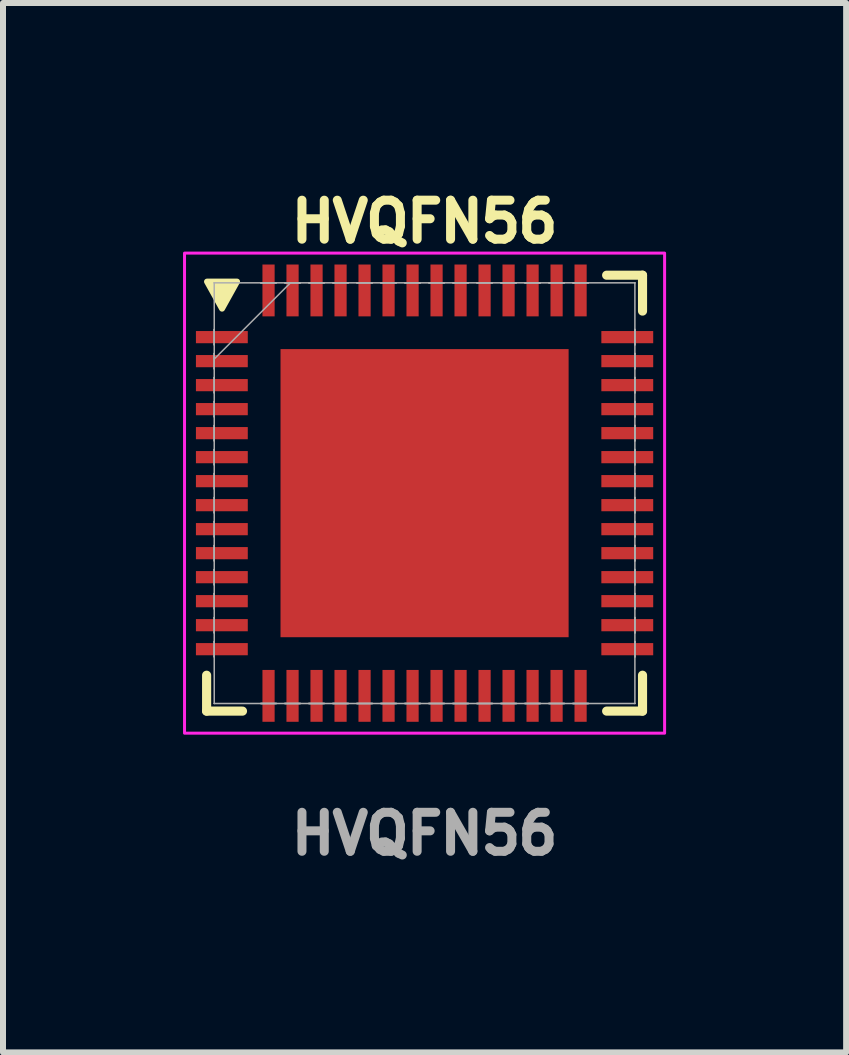
<source format=kicad_pcb>
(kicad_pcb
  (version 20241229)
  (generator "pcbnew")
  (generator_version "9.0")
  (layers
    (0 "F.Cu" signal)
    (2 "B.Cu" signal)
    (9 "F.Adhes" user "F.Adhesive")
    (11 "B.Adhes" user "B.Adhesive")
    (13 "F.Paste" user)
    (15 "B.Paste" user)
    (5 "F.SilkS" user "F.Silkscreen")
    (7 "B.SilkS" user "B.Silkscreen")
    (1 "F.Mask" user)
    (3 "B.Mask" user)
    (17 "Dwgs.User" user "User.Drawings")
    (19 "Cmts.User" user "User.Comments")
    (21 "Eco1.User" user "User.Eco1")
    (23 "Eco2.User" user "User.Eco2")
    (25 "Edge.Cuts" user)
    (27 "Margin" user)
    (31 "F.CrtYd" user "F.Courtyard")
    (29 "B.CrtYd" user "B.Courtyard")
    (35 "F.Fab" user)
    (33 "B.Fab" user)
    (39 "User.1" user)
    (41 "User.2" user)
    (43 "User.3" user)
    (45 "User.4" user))
  (footprint "HVQFN56"
    (layer "F.Cu")
    (at 4.025 5.168)
    (property "Reference" "HVQFN56" (at 0 -4.525 0) (unlocked yes) (layer "F.SilkS") (effects (font (size 0.65 0.65) (thickness 0.15))))
    (attr smd)
    (fp_line (start -3.632 3.034) (end -3.632 3.632) (stroke (width 0.152) (type solid)) (layer "F.SilkS"))
    (fp_line (start -3.632 3.632) (end -3.034 3.632) (stroke (width 0.152) (type solid)) (layer "F.SilkS"))
    (fp_line (start 3.034 3.632) (end 3.632 3.632) (stroke (width 0.152) (type solid)) (layer "F.SilkS"))
    (fp_line (start 3.632 -3.632) (end 3.034 -3.632) (stroke (width 0.152) (type solid)) (layer "F.SilkS"))
    (fp_line (start 3.632 -3.034) (end 3.632 -3.632) (stroke (width 0.152) (type solid)) (layer "F.SilkS"))
    (fp_line (start 3.632 3.632) (end 3.632 3.034) (stroke (width 0.152) (type solid)) (layer "F.SilkS"))
    (fp_poly (pts (xy -3.375 -3.075) (xy -3.625 -3.525) (xy -3.125 -3.525)) (stroke (width 0.1) (type solid)) (fill yes) (layer "F.SilkS"))
    (fp_poly (pts (xy -2.3 -2.3) (xy -2.3 -0.9) (xy -0.9 -0.9) (xy -0.9 -2.3)) (stroke (width 0) (type solid)) (fill yes) (layer "F.Paste"))
    (fp_poly (pts (xy -2.3 -0.7) (xy -2.3 0.7) (xy -0.9 0.7) (xy -0.9 -0.7)) (stroke (width 0) (type solid)) (fill yes) (layer "F.Paste"))
    (fp_poly (pts (xy -2.3 0.9) (xy -2.3 2.3) (xy -0.9 2.3) (xy -0.9 0.9)) (stroke (width 0) (type solid)) (fill yes) (layer "F.Paste"))
    (fp_poly (pts (xy -0.7 -2.3) (xy -0.7 -0.9) (xy 0.7 -0.9) (xy 0.7 -2.3)) (stroke (width 0) (type solid)) (fill yes) (layer "F.Paste"))
    (fp_poly (pts (xy -0.7 -0.7) (xy -0.7 0.7) (xy 0.7 0.7) (xy 0.7 -0.7)) (stroke (width 0) (type solid)) (fill yes) (layer "F.Paste"))
    (fp_poly (pts (xy -0.7 0.9) (xy -0.7 2.3) (xy 0.7 2.3) (xy 0.7 0.9)) (stroke (width 0) (type solid)) (fill yes) (layer "F.Paste"))
    (fp_poly (pts (xy 0.9 -2.3) (xy 0.9 -0.9) (xy 2.3 -0.9) (xy 2.3 -2.3)) (stroke (width 0) (type solid)) (fill yes) (layer "F.Paste"))
    (fp_poly (pts (xy 0.9 -0.7) (xy 0.9 0.7) (xy 2.3 0.7) (xy 2.3 -0.7)) (stroke (width 0) (type solid)) (fill yes) (layer "F.Paste"))
    (fp_poly (pts (xy 0.9 0.9) (xy 0.9 2.3) (xy 2.3 2.3) (xy 2.3 0.9)) (stroke (width 0) (type solid)) (fill yes) (layer "F.Paste"))
    (fp_rect (start -4 -4) (end 4 4) (stroke (width 0.05) (type default)) (fill no) (layer "F.CrtYd"))
    (fp_line (start -3.505 -3.505) (end -3.505 -3.505) (stroke (width 0.025) (type solid)) (layer "F.Fab"))
    (fp_line (start -3.505 -3.505) (end -3.505 3.505) (stroke (width 0.025) (type solid)) (layer "F.Fab"))
    (fp_line (start -3.505 -2.727) (end -3.505 -2.727) (stroke (width 0.025) (type solid)) (layer "F.Fab"))
    (fp_line (start -3.505 -2.727) (end -3.505 -2.473) (stroke (width 0.025) (type solid)) (layer "F.Fab"))
    (fp_line (start -3.505 -2.473) (end -3.505 -2.727) (stroke (width 0.025) (type solid)) (layer "F.Fab"))
    (fp_line (start -3.505 -2.473) (end -3.505 -2.473) (stroke (width 0.025) (type solid)) (layer "F.Fab"))
    (fp_line (start -3.505 -2.327) (end -3.505 -2.327) (stroke (width 0.025) (type solid)) (layer "F.Fab"))
    (fp_line (start -3.505 -2.327) (end -3.505 -2.073) (stroke (width 0.025) (type solid)) (layer "F.Fab"))
    (fp_line (start -3.505 -2.235) (end -2.235 -3.505) (stroke (width 0.025) (type solid)) (layer "F.Fab"))
    (fp_line (start -3.505 -2.073) (end -3.505 -2.327) (stroke (width 0.025) (type solid)) (layer "F.Fab"))
    (fp_line (start -3.505 -2.073) (end -3.505 -2.073) (stroke (width 0.025) (type solid)) (layer "F.Fab"))
    (fp_line (start -3.505 -1.927) (end -3.505 -1.927) (stroke (width 0.025) (type solid)) (layer "F.Fab"))
    (fp_line (start -3.505 -1.927) (end -3.505 -1.673) (stroke (width 0.025) (type solid)) (layer "F.Fab"))
    (fp_line (start -3.505 -1.673) (end -3.505 -1.927) (stroke (width 0.025) (type solid)) (layer "F.Fab"))
    (fp_line (start -3.505 -1.673) (end -3.505 -1.673) (stroke (width 0.025) (type solid)) (layer "F.Fab"))
    (fp_line (start -3.505 -1.527) (end -3.505 -1.527) (stroke (width 0.025) (type solid)) (layer "F.Fab"))
    (fp_line (start -3.505 -1.527) (end -3.505 -1.273) (stroke (width 0.025) (type solid)) (layer "F.Fab"))
    (fp_line (start -3.505 -1.273) (end -3.505 -1.527) (stroke (width 0.025) (type solid)) (layer "F.Fab"))
    (fp_line (start -3.505 -1.273) (end -3.505 -1.273) (stroke (width 0.025) (type solid)) (layer "F.Fab"))
    (fp_line (start -3.505 -1.127) (end -3.505 -1.127) (stroke (width 0.025) (type solid)) (layer "F.Fab"))
    (fp_line (start -3.505 -1.127) (end -3.505 -0.873) (stroke (width 0.025) (type solid)) (layer "F.Fab"))
    (fp_line (start -3.505 -0.873) (end -3.505 -1.127) (stroke (width 0.025) (type solid)) (layer "F.Fab"))
    (fp_line (start -3.505 -0.873) (end -3.505 -0.873) (stroke (width 0.025) (type solid)) (layer "F.Fab"))
    (fp_line (start -3.505 -0.727) (end -3.505 -0.727) (stroke (width 0.025) (type solid)) (layer "F.Fab"))
    (fp_line (start -3.505 -0.727) (end -3.505 -0.473) (stroke (width 0.025) (type solid)) (layer "F.Fab"))
    (fp_line (start -3.505 -0.473) (end -3.505 -0.727) (stroke (width 0.025) (type solid)) (layer "F.Fab"))
    (fp_line (start -3.505 -0.473) (end -3.505 -0.473) (stroke (width 0.025) (type solid)) (layer "F.Fab"))
    (fp_line (start -3.505 -0.327) (end -3.505 -0.327) (stroke (width 0.025) (type solid)) (layer "F.Fab"))
    (fp_line (start -3.505 -0.327) (end -3.505 -0.073) (stroke (width 0.025) (type solid)) (layer "F.Fab"))
    (fp_line (start -3.505 -0.073) (end -3.505 -0.327) (stroke (width 0.025) (type solid)) (layer "F.Fab"))
    (fp_line (start -3.505 -0.073) (end -3.505 -0.073) (stroke (width 0.025) (type solid)) (layer "F.Fab"))
    (fp_line (start -3.505 0.073) (end -3.505 0.073) (stroke (width 0.025) (type solid)) (layer "F.Fab"))
    (fp_line (start -3.505 0.073) (end -3.505 0.327) (stroke (width 0.025) (type solid)) (layer "F.Fab"))
    (fp_line (start -3.505 0.327) (end -3.505 0.073) (stroke (width 0.025) (type solid)) (layer "F.Fab"))
    (fp_line (start -3.505 0.327) (end -3.505 0.327) (stroke (width 0.025) (type solid)) (layer "F.Fab"))
    (fp_line (start -3.505 0.473) (end -3.505 0.473) (stroke (width 0.025) (type solid)) (layer "F.Fab"))
    (fp_line (start -3.505 0.473) (end -3.505 0.727) (stroke (width 0.025) (type solid)) (layer "F.Fab"))
    (fp_line (start -3.505 0.727) (end -3.505 0.473) (stroke (width 0.025) (type solid)) (layer "F.Fab"))
    (fp_line (start -3.505 0.727) (end -3.505 0.727) (stroke (width 0.025) (type solid)) (layer "F.Fab"))
    (fp_line (start -3.505 0.873) (end -3.505 0.873) (stroke (width 0.025) (type solid)) (layer "F.Fab"))
    (fp_line (start -3.505 0.873) (end -3.505 1.127) (stroke (width 0.025) (type solid)) (layer "F.Fab"))
    (fp_line (start -3.505 1.127) (end -3.505 0.873) (stroke (width 0.025) (type solid)) (layer "F.Fab"))
    (fp_line (start -3.505 1.127) (end -3.505 1.127) (stroke (width 0.025) (type solid)) (layer "F.Fab"))
    (fp_line (start -3.505 1.273) (end -3.505 1.273) (stroke (width 0.025) (type solid)) (layer "F.Fab"))
    (fp_line (start -3.505 1.273) (end -3.505 1.527) (stroke (width 0.025) (type solid)) (layer "F.Fab"))
    (fp_line (start -3.505 1.527) (end -3.505 1.273) (stroke (width 0.025) (type solid)) (layer "F.Fab"))
    (fp_line (start -3.505 1.527) (end -3.505 1.527) (stroke (width 0.025) (type solid)) (layer "F.Fab"))
    (fp_line (start -3.505 1.673) (end -3.505 1.673) (stroke (width 0.025) (type solid)) (layer "F.Fab"))
    (fp_line (start -3.505 1.673) (end -3.505 1.927) (stroke (width 0.025) (type solid)) (layer "F.Fab"))
    (fp_line (start -3.505 1.927) (end -3.505 1.673) (stroke (width 0.025) (type solid)) (layer "F.Fab"))
    (fp_line (start -3.505 1.927) (end -3.505 1.927) (stroke (width 0.025) (type solid)) (layer "F.Fab"))
    (fp_line (start -3.505 2.073) (end -3.505 2.073) (stroke (width 0.025) (type solid)) (layer "F.Fab"))
    (fp_line (start -3.505 2.073) (end -3.505 2.327) (stroke (width 0.025) (type solid)) (layer "F.Fab"))
    (fp_line (start -3.505 2.327) (end -3.505 2.073) (stroke (width 0.025) (type solid)) (layer "F.Fab"))
    (fp_line (start -3.505 2.327) (end -3.505 2.327) (stroke (width 0.025) (type solid)) (layer "F.Fab"))
    (fp_line (start -3.505 2.473) (end -3.505 2.473) (stroke (width 0.025) (type solid)) (layer "F.Fab"))
    (fp_line (start -3.505 2.473) (end -3.505 2.727) (stroke (width 0.025) (type solid)) (layer "F.Fab"))
    (fp_line (start -3.505 2.727) (end -3.505 2.473) (stroke (width 0.025) (type solid)) (layer "F.Fab"))
    (fp_line (start -3.505 2.727) (end -3.505 2.727) (stroke (width 0.025) (type solid)) (layer "F.Fab"))
    (fp_line (start -3.505 3.505) (end -3.505 3.505) (stroke (width 0.025) (type solid)) (layer "F.Fab"))
    (fp_line (start -3.505 3.505) (end 3.505 3.505) (stroke (width 0.025) (type solid)) (layer "F.Fab"))
    (fp_line (start -2.727 -3.505) (end -2.727 -3.505) (stroke (width 0.025) (type solid)) (layer "F.Fab"))
    (fp_line (start -2.727 -3.505) (end -2.473 -3.505) (stroke (width 0.025) (type solid)) (layer "F.Fab"))
    (fp_line (start -2.727 3.505) (end -2.727 3.505) (stroke (width 0.025) (type solid)) (layer "F.Fab"))
    (fp_line (start -2.727 3.505) (end -2.473 3.505) (stroke (width 0.025) (type solid)) (layer "F.Fab"))
    (fp_line (start -2.473 -3.505) (end -2.727 -3.505) (stroke (width 0.025) (type solid)) (layer "F.Fab"))
    (fp_line (start -2.473 -3.505) (end -2.473 -3.505) (stroke (width 0.025) (type solid)) (layer "F.Fab"))
    (fp_line (start -2.473 3.505) (end -2.727 3.505) (stroke (width 0.025) (type solid)) (layer "F.Fab"))
    (fp_line (start -2.473 3.505) (end -2.473 3.505) (stroke (width 0.025) (type solid)) (layer "F.Fab"))
    (fp_line (start -2.327 -3.505) (end -2.327 -3.505) (stroke (width 0.025) (type solid)) (layer "F.Fab"))
    (fp_line (start -2.327 -3.505) (end -2.073 -3.505) (stroke (width 0.025) (type solid)) (layer "F.Fab"))
    (fp_line (start -2.327 3.505) (end -2.327 3.505) (stroke (width 0.025) (type solid)) (layer "F.Fab"))
    (fp_line (start -2.327 3.505) (end -2.073 3.505) (stroke (width 0.025) (type solid)) (layer "F.Fab"))
    (fp_line (start -2.073 -3.505) (end -2.327 -3.505) (stroke (width 0.025) (type solid)) (layer "F.Fab"))
    (fp_line (start -2.073 -3.505) (end -2.073 -3.505) (stroke (width 0.025) (type solid)) (layer "F.Fab"))
    (fp_line (start -2.073 3.505) (end -2.327 3.505) (stroke (width 0.025) (type solid)) (layer "F.Fab"))
    (fp_line (start -2.073 3.505) (end -2.073 3.505) (stroke (width 0.025) (type solid)) (layer "F.Fab"))
    (fp_line (start -1.927 -3.505) (end -1.927 -3.505) (stroke (width 0.025) (type solid)) (layer "F.Fab"))
    (fp_line (start -1.927 -3.505) (end -1.673 -3.505) (stroke (width 0.025) (type solid)) (layer "F.Fab"))
    (fp_line (start -1.927 3.505) (end -1.927 3.505) (stroke (width 0.025) (type solid)) (layer "F.Fab"))
    (fp_line (start -1.927 3.505) (end -1.673 3.505) (stroke (width 0.025) (type solid)) (layer "F.Fab"))
    (fp_line (start -1.673 -3.505) (end -1.927 -3.505) (stroke (width 0.025) (type solid)) (layer "F.Fab"))
    (fp_line (start -1.673 -3.505) (end -1.673 -3.505) (stroke (width 0.025) (type solid)) (layer "F.Fab"))
    (fp_line (start -1.673 3.505) (end -1.927 3.505) (stroke (width 0.025) (type solid)) (layer "F.Fab"))
    (fp_line (start -1.673 3.505) (end -1.673 3.505) (stroke (width 0.025) (type solid)) (layer "F.Fab"))
    (fp_line (start -1.527 -3.505) (end -1.527 -3.505) (stroke (width 0.025) (type solid)) (layer "F.Fab"))
    (fp_line (start -1.527 -3.505) (end -1.273 -3.505) (stroke (width 0.025) (type solid)) (layer "F.Fab"))
    (fp_line (start -1.527 3.505) (end -1.527 3.505) (stroke (width 0.025) (type solid)) (layer "F.Fab"))
    (fp_line (start -1.527 3.505) (end -1.273 3.505) (stroke (width 0.025) (type solid)) (layer "F.Fab"))
    (fp_line (start -1.273 -3.505) (end -1.527 -3.505) (stroke (width 0.025) (type solid)) (layer "F.Fab"))
    (fp_line (start -1.273 -3.505) (end -1.273 -3.505) (stroke (width 0.025) (type solid)) (layer "F.Fab"))
    (fp_line (start -1.273 3.505) (end -1.527 3.505) (stroke (width 0.025) (type solid)) (layer "F.Fab"))
    (fp_line (start -1.273 3.505) (end -1.273 3.505) (stroke (width 0.025) (type solid)) (layer "F.Fab"))
    (fp_line (start -1.127 -3.505) (end -1.127 -3.505) (stroke (width 0.025) (type solid)) (layer "F.Fab"))
    (fp_line (start -1.127 -3.505) (end -0.873 -3.505) (stroke (width 0.025) (type solid)) (layer "F.Fab"))
    (fp_line (start -1.127 3.505) (end -1.127 3.505) (stroke (width 0.025) (type solid)) (layer "F.Fab"))
    (fp_line (start -1.127 3.505) (end -0.873 3.505) (stroke (width 0.025) (type solid)) (layer "F.Fab"))
    (fp_line (start -0.873 -3.505) (end -1.127 -3.505) (stroke (width 0.025) (type solid)) (layer "F.Fab"))
    (fp_line (start -0.873 -3.505) (end -0.873 -3.505) (stroke (width 0.025) (type solid)) (layer "F.Fab"))
    (fp_line (start -0.873 3.505) (end -1.127 3.505) (stroke (width 0.025) (type solid)) (layer "F.Fab"))
    (fp_line (start -0.873 3.505) (end -0.873 3.505) (stroke (width 0.025) (type solid)) (layer "F.Fab"))
    (fp_line (start -0.727 -3.505) (end -0.727 -3.505) (stroke (width 0.025) (type solid)) (layer "F.Fab"))
    (fp_line (start -0.727 -3.505) (end -0.473 -3.505) (stroke (width 0.025) (type solid)) (layer "F.Fab"))
    (fp_line (start -0.727 3.505) (end -0.727 3.505) (stroke (width 0.025) (type solid)) (layer "F.Fab"))
    (fp_line (start -0.727 3.505) (end -0.473 3.505) (stroke (width 0.025) (type solid)) (layer "F.Fab"))
    (fp_line (start -0.473 -3.505) (end -0.727 -3.505) (stroke (width 0.025) (type solid)) (layer "F.Fab"))
    (fp_line (start -0.473 -3.505) (end -0.473 -3.505) (stroke (width 0.025) (type solid)) (layer "F.Fab"))
    (fp_line (start -0.473 3.505) (end -0.727 3.505) (stroke (width 0.025) (type solid)) (layer "F.Fab"))
    (fp_line (start -0.473 3.505) (end -0.473 3.505) (stroke (width 0.025) (type solid)) (layer "F.Fab"))
    (fp_line (start -0.327 -3.505) (end -0.327 -3.505) (stroke (width 0.025) (type solid)) (layer "F.Fab"))
    (fp_line (start -0.327 -3.505) (end -0.073 -3.505) (stroke (width 0.025) (type solid)) (layer "F.Fab"))
    (fp_line (start -0.327 3.505) (end -0.327 3.505) (stroke (width 0.025) (type solid)) (layer "F.Fab"))
    (fp_line (start -0.327 3.505) (end -0.073 3.505) (stroke (width 0.025) (type solid)) (layer "F.Fab"))
    (fp_line (start -0.073 -3.505) (end -0.327 -3.505) (stroke (width 0.025) (type solid)) (layer "F.Fab"))
    (fp_line (start -0.073 -3.505) (end -0.073 -3.505) (stroke (width 0.025) (type solid)) (layer "F.Fab"))
    (fp_line (start -0.073 3.505) (end -0.327 3.505) (stroke (width 0.025) (type solid)) (layer "F.Fab"))
    (fp_line (start -0.073 3.505) (end -0.073 3.505) (stroke (width 0.025) (type solid)) (layer "F.Fab"))
    (fp_line (start 0.073 -3.505) (end 0.073 -3.505) (stroke (width 0.025) (type solid)) (layer "F.Fab"))
    (fp_line (start 0.073 -3.505) (end 0.327 -3.505) (stroke (width 0.025) (type solid)) (layer "F.Fab"))
    (fp_line (start 0.073 3.505) (end 0.073 3.505) (stroke (width 0.025) (type solid)) (layer "F.Fab"))
    (fp_line (start 0.073 3.505) (end 0.327 3.505) (stroke (width 0.025) (type solid)) (layer "F.Fab"))
    (fp_line (start 0.327 -3.505) (end 0.073 -3.505) (stroke (width 0.025) (type solid)) (layer "F.Fab"))
    (fp_line (start 0.327 -3.505) (end 0.327 -3.505) (stroke (width 0.025) (type solid)) (layer "F.Fab"))
    (fp_line (start 0.327 3.505) (end 0.073 3.505) (stroke (width 0.025) (type solid)) (layer "F.Fab"))
    (fp_line (start 0.327 3.505) (end 0.327 3.505) (stroke (width 0.025) (type solid)) (layer "F.Fab"))
    (fp_line (start 0.473 -3.505) (end 0.473 -3.505) (stroke (width 0.025) (type solid)) (layer "F.Fab"))
    (fp_line (start 0.473 -3.505) (end 0.727 -3.505) (stroke (width 0.025) (type solid)) (layer "F.Fab"))
    (fp_line (start 0.473 3.505) (end 0.473 3.505) (stroke (width 0.025) (type solid)) (layer "F.Fab"))
    (fp_line (start 0.473 3.505) (end 0.727 3.505) (stroke (width 0.025) (type solid)) (layer "F.Fab"))
    (fp_line (start 0.727 -3.505) (end 0.473 -3.505) (stroke (width 0.025) (type solid)) (layer "F.Fab"))
    (fp_line (start 0.727 -3.505) (end 0.727 -3.505) (stroke (width 0.025) (type solid)) (layer "F.Fab"))
    (fp_line (start 0.727 3.505) (end 0.473 3.505) (stroke (width 0.025) (type solid)) (layer "F.Fab"))
    (fp_line (start 0.727 3.505) (end 0.727 3.505) (stroke (width 0.025) (type solid)) (layer "F.Fab"))
    (fp_line (start 0.873 -3.505) (end 0.873 -3.505) (stroke (width 0.025) (type solid)) (layer "F.Fab"))
    (fp_line (start 0.873 -3.505) (end 1.127 -3.505) (stroke (width 0.025) (type solid)) (layer "F.Fab"))
    (fp_line (start 0.873 3.505) (end 0.873 3.505) (stroke (width 0.025) (type solid)) (layer "F.Fab"))
    (fp_line (start 0.873 3.505) (end 1.127 3.505) (stroke (width 0.025) (type solid)) (layer "F.Fab"))
    (fp_line (start 1.127 -3.505) (end 0.873 -3.505) (stroke (width 0.025) (type solid)) (layer "F.Fab"))
    (fp_line (start 1.127 -3.505) (end 1.127 -3.505) (stroke (width 0.025) (type solid)) (layer "F.Fab"))
    (fp_line (start 1.127 3.505) (end 0.873 3.505) (stroke (width 0.025) (type solid)) (layer "F.Fab"))
    (fp_line (start 1.127 3.505) (end 1.127 3.505) (stroke (width 0.025) (type solid)) (layer "F.Fab"))
    (fp_line (start 1.273 -3.505) (end 1.273 -3.505) (stroke (width 0.025) (type solid)) (layer "F.Fab"))
    (fp_line (start 1.273 -3.505) (end 1.527 -3.505) (stroke (width 0.025) (type solid)) (layer "F.Fab"))
    (fp_line (start 1.273 3.505) (end 1.273 3.505) (stroke (width 0.025) (type solid)) (layer "F.Fab"))
    (fp_line (start 1.273 3.505) (end 1.527 3.505) (stroke (width 0.025) (type solid)) (layer "F.Fab"))
    (fp_line (start 1.527 -3.505) (end 1.273 -3.505) (stroke (width 0.025) (type solid)) (layer "F.Fab"))
    (fp_line (start 1.527 -3.505) (end 1.527 -3.505) (stroke (width 0.025) (type solid)) (layer "F.Fab"))
    (fp_line (start 1.527 3.505) (end 1.273 3.505) (stroke (width 0.025) (type solid)) (layer "F.Fab"))
    (fp_line (start 1.527 3.505) (end 1.527 3.505) (stroke (width 0.025) (type solid)) (layer "F.Fab"))
    (fp_line (start 1.673 -3.505) (end 1.673 -3.505) (stroke (width 0.025) (type solid)) (layer "F.Fab"))
    (fp_line (start 1.673 -3.505) (end 1.927 -3.505) (stroke (width 0.025) (type solid)) (layer "F.Fab"))
    (fp_line (start 1.673 3.505) (end 1.673 3.505) (stroke (width 0.025) (type solid)) (layer "F.Fab"))
    (fp_line (start 1.673 3.505) (end 1.927 3.505) (stroke (width 0.025) (type solid)) (layer "F.Fab"))
    (fp_line (start 1.927 -3.505) (end 1.673 -3.505) (stroke (width 0.025) (type solid)) (layer "F.Fab"))
    (fp_line (start 1.927 -3.505) (end 1.927 -3.505) (stroke (width 0.025) (type solid)) (layer "F.Fab"))
    (fp_line (start 1.927 3.505) (end 1.673 3.505) (stroke (width 0.025) (type solid)) (layer "F.Fab"))
    (fp_line (start 1.927 3.505) (end 1.927 3.505) (stroke (width 0.025) (type solid)) (layer "F.Fab"))
    (fp_line (start 2.073 -3.505) (end 2.073 -3.505) (stroke (width 0.025) (type solid)) (layer "F.Fab"))
    (fp_line (start 2.073 -3.505) (end 2.327 -3.505) (stroke (width 0.025) (type solid)) (layer "F.Fab"))
    (fp_line (start 2.073 3.505) (end 2.073 3.505) (stroke (width 0.025) (type solid)) (layer "F.Fab"))
    (fp_line (start 2.073 3.505) (end 2.327 3.505) (stroke (width 0.025) (type solid)) (layer "F.Fab"))
    (fp_line (start 2.327 -3.505) (end 2.073 -3.505) (stroke (width 0.025) (type solid)) (layer "F.Fab"))
    (fp_line (start 2.327 -3.505) (end 2.327 -3.505) (stroke (width 0.025) (type solid)) (layer "F.Fab"))
    (fp_line (start 2.327 3.505) (end 2.073 3.505) (stroke (width 0.025) (type solid)) (layer "F.Fab"))
    (fp_line (start 2.327 3.505) (end 2.327 3.505) (stroke (width 0.025) (type solid)) (layer "F.Fab"))
    (fp_line (start 2.473 -3.505) (end 2.473 -3.505) (stroke (width 0.025) (type solid)) (layer "F.Fab"))
    (fp_line (start 2.473 -3.505) (end 2.727 -3.505) (stroke (width 0.025) (type solid)) (layer "F.Fab"))
    (fp_line (start 2.473 3.505) (end 2.473 3.505) (stroke (width 0.025) (type solid)) (layer "F.Fab"))
    (fp_line (start 2.473 3.505) (end 2.727 3.505) (stroke (width 0.025) (type solid)) (layer "F.Fab"))
    (fp_line (start 2.727 -3.505) (end 2.473 -3.505) (stroke (width 0.025) (type solid)) (layer "F.Fab"))
    (fp_line (start 2.727 -3.505) (end 2.727 -3.505) (stroke (width 0.025) (type solid)) (layer "F.Fab"))
    (fp_line (start 2.727 3.505) (end 2.473 3.505) (stroke (width 0.025) (type solid)) (layer "F.Fab"))
    (fp_line (start 2.727 3.505) (end 2.727 3.505) (stroke (width 0.025) (type solid)) (layer "F.Fab"))
    (fp_line (start 3.505 -3.505) (end -3.505 -3.505) (stroke (width 0.025) (type solid)) (layer "F.Fab"))
    (fp_line (start 3.505 -3.505) (end 3.505 -3.505) (stroke (width 0.025) (type solid)) (layer "F.Fab"))
    (fp_line (start 3.505 -2.727) (end 3.505 -2.727) (stroke (width 0.025) (type solid)) (layer "F.Fab"))
    (fp_line (start 3.505 -2.727) (end 3.505 -2.473) (stroke (width 0.025) (type solid)) (layer "F.Fab"))
    (fp_line (start 3.505 -2.473) (end 3.505 -2.727) (stroke (width 0.025) (type solid)) (layer "F.Fab"))
    (fp_line (start 3.505 -2.473) (end 3.505 -2.473) (stroke (width 0.025) (type solid)) (layer "F.Fab"))
    (fp_line (start 3.505 -2.327) (end 3.505 -2.327) (stroke (width 0.025) (type solid)) (layer "F.Fab"))
    (fp_line (start 3.505 -2.327) (end 3.505 -2.073) (stroke (width 0.025) (type solid)) (layer "F.Fab"))
    (fp_line (start 3.505 -2.073) (end 3.505 -2.327) (stroke (width 0.025) (type solid)) (layer "F.Fab"))
    (fp_line (start 3.505 -2.073) (end 3.505 -2.073) (stroke (width 0.025) (type solid)) (layer "F.Fab"))
    (fp_line (start 3.505 -1.927) (end 3.505 -1.927) (stroke (width 0.025) (type solid)) (layer "F.Fab"))
    (fp_line (start 3.505 -1.927) (end 3.505 -1.673) (stroke (width 0.025) (type solid)) (layer "F.Fab"))
    (fp_line (start 3.505 -1.673) (end 3.505 -1.927) (stroke (width 0.025) (type solid)) (layer "F.Fab"))
    (fp_line (start 3.505 -1.673) (end 3.505 -1.673) (stroke (width 0.025) (type solid)) (layer "F.Fab"))
    (fp_line (start 3.505 -1.527) (end 3.505 -1.527) (stroke (width 0.025) (type solid)) (layer "F.Fab"))
    (fp_line (start 3.505 -1.527) (end 3.505 -1.273) (stroke (width 0.025) (type solid)) (layer "F.Fab"))
    (fp_line (start 3.505 -1.273) (end 3.505 -1.527) (stroke (width 0.025) (type solid)) (layer "F.Fab"))
    (fp_line (start 3.505 -1.273) (end 3.505 -1.273) (stroke (width 0.025) (type solid)) (layer "F.Fab"))
    (fp_line (start 3.505 -1.127) (end 3.505 -1.127) (stroke (width 0.025) (type solid)) (layer "F.Fab"))
    (fp_line (start 3.505 -1.127) (end 3.505 -0.873) (stroke (width 0.025) (type solid)) (layer "F.Fab"))
    (fp_line (start 3.505 -0.873) (end 3.505 -1.127) (stroke (width 0.025) (type solid)) (layer "F.Fab"))
    (fp_line (start 3.505 -0.873) (end 3.505 -0.873) (stroke (width 0.025) (type solid)) (layer "F.Fab"))
    (fp_line (start 3.505 -0.727) (end 3.505 -0.727) (stroke (width 0.025) (type solid)) (layer "F.Fab"))
    (fp_line (start 3.505 -0.727) (end 3.505 -0.473) (stroke (width 0.025) (type solid)) (layer "F.Fab"))
    (fp_line (start 3.505 -0.473) (end 3.505 -0.727) (stroke (width 0.025) (type solid)) (layer "F.Fab"))
    (fp_line (start 3.505 -0.473) (end 3.505 -0.473) (stroke (width 0.025) (type solid)) (layer "F.Fab"))
    (fp_line (start 3.505 -0.327) (end 3.505 -0.327) (stroke (width 0.025) (type solid)) (layer "F.Fab"))
    (fp_line (start 3.505 -0.327) (end 3.505 -0.073) (stroke (width 0.025) (type solid)) (layer "F.Fab"))
    (fp_line (start 3.505 -0.073) (end 3.505 -0.327) (stroke (width 0.025) (type solid)) (layer "F.Fab"))
    (fp_line (start 3.505 -0.073) (end 3.505 -0.073) (stroke (width 0.025) (type solid)) (layer "F.Fab"))
    (fp_line (start 3.505 0.073) (end 3.505 0.073) (stroke (width 0.025) (type solid)) (layer "F.Fab"))
    (fp_line (start 3.505 0.073) (end 3.505 0.327) (stroke (width 0.025) (type solid)) (layer "F.Fab"))
    (fp_line (start 3.505 0.327) (end 3.505 0.073) (stroke (width 0.025) (type solid)) (layer "F.Fab"))
    (fp_line (start 3.505 0.327) (end 3.505 0.327) (stroke (width 0.025) (type solid)) (layer "F.Fab"))
    (fp_line (start 3.505 0.473) (end 3.505 0.473) (stroke (width 0.025) (type solid)) (layer "F.Fab"))
    (fp_line (start 3.505 0.473) (end 3.505 0.727) (stroke (width 0.025) (type solid)) (layer "F.Fab"))
    (fp_line (start 3.505 0.727) (end 3.505 0.473) (stroke (width 0.025) (type solid)) (layer "F.Fab"))
    (fp_line (start 3.505 0.727) (end 3.505 0.727) (stroke (width 0.025) (type solid)) (layer "F.Fab"))
    (fp_line (start 3.505 0.873) (end 3.505 0.873) (stroke (width 0.025) (type solid)) (layer "F.Fab"))
    (fp_line (start 3.505 0.873) (end 3.505 1.127) (stroke (width 0.025) (type solid)) (layer "F.Fab"))
    (fp_line (start 3.505 1.127) (end 3.505 0.873) (stroke (width 0.025) (type solid)) (layer "F.Fab"))
    (fp_line (start 3.505 1.127) (end 3.505 1.127) (stroke (width 0.025) (type solid)) (layer "F.Fab"))
    (fp_line (start 3.505 1.273) (end 3.505 1.273) (stroke (width 0.025) (type solid)) (layer "F.Fab"))
    (fp_line (start 3.505 1.273) (end 3.505 1.527) (stroke (width 0.025) (type solid)) (layer "F.Fab"))
    (fp_line (start 3.505 1.527) (end 3.505 1.273) (stroke (width 0.025) (type solid)) (layer "F.Fab"))
    (fp_line (start 3.505 1.527) (end 3.505 1.527) (stroke (width 0.025) (type solid)) (layer "F.Fab"))
    (fp_line (start 3.505 1.673) (end 3.505 1.673) (stroke (width 0.025) (type solid)) (layer "F.Fab"))
    (fp_line (start 3.505 1.673) (end 3.505 1.927) (stroke (width 0.025) (type solid)) (layer "F.Fab"))
    (fp_line (start 3.505 1.927) (end 3.505 1.673) (stroke (width 0.025) (type solid)) (layer "F.Fab"))
    (fp_line (start 3.505 1.927) (end 3.505 1.927) (stroke (width 0.025) (type solid)) (layer "F.Fab"))
    (fp_line (start 3.505 2.073) (end 3.505 2.073) (stroke (width 0.025) (type solid)) (layer "F.Fab"))
    (fp_line (start 3.505 2.073) (end 3.505 2.327) (stroke (width 0.025) (type solid)) (layer "F.Fab"))
    (fp_line (start 3.505 2.327) (end 3.505 2.073) (stroke (width 0.025) (type solid)) (layer "F.Fab"))
    (fp_line (start 3.505 2.327) (end 3.505 2.327) (stroke (width 0.025) (type solid)) (layer "F.Fab"))
    (fp_line (start 3.505 2.473) (end 3.505 2.473) (stroke (width 0.025) (type solid)) (layer "F.Fab"))
    (fp_line (start 3.505 2.473) (end 3.505 2.727) (stroke (width 0.025) (type solid)) (layer "F.Fab"))
    (fp_line (start 3.505 2.727) (end 3.505 2.473) (stroke (width 0.025) (type solid)) (layer "F.Fab"))
    (fp_line (start 3.505 2.727) (end 3.505 2.727) (stroke (width 0.025) (type solid)) (layer "F.Fab"))
    (fp_line (start 3.505 3.505) (end 3.505 -3.505) (stroke (width 0.025) (type solid)) (layer "F.Fab"))
    (fp_line (start 3.505 3.505) (end 3.505 3.505) (stroke (width 0.025) (type solid)) (layer "F.Fab"))
    (fp_text user "${REFERENCE}" (at 0 5.675 0) (unlocked yes) (layer "F.Fab") (effects (font (size 0.65 0.65) (thickness 0.15))))
    (pad "1" smd rect (at -3.378 -2.6 90) (size 0.203 0.864) (layers "F.Cu" "F.Mask" "F.Paste"))
    (pad "2" smd rect (at -3.378 -2.2 90) (size 0.203 0.864) (layers "F.Cu" "F.Mask" "F.Paste"))
    (pad "3" smd rect (at -3.378 -1.8 90) (size 0.203 0.864) (layers "F.Cu" "F.Mask" "F.Paste"))
    (pad "4" smd rect (at -3.378 -1.4 90) (size 0.203 0.864) (layers "F.Cu" "F.Mask" "F.Paste"))
    (pad "5" smd rect (at -3.378 -1 90) (size 0.203 0.864) (layers "F.Cu" "F.Mask" "F.Paste"))
    (pad "6" smd rect (at -3.378 -0.6 90) (size 0.203 0.864) (layers "F.Cu" "F.Mask" "F.Paste"))
    (pad "7" smd rect (at -3.378 -0.2 90) (size 0.203 0.864) (layers "F.Cu" "F.Mask" "F.Paste"))
    (pad "8" smd rect (at -3.378 0.2 90) (size 0.203 0.864) (layers "F.Cu" "F.Mask" "F.Paste"))
    (pad "9" smd rect (at -3.378 0.6 90) (size 0.203 0.864) (layers "F.Cu" "F.Mask" "F.Paste"))
    (pad "10" smd rect (at -3.378 1 90) (size 0.203 0.864) (layers "F.Cu" "F.Mask" "F.Paste"))
    (pad "11" smd rect (at -3.378 1.4 90) (size 0.203 0.864) (layers "F.Cu" "F.Mask" "F.Paste"))
    (pad "12" smd rect (at -3.378 1.8 90) (size 0.203 0.864) (layers "F.Cu" "F.Mask" "F.Paste"))
    (pad "13" smd rect (at -3.378 2.2 90) (size 0.203 0.864) (layers "F.Cu" "F.Mask" "F.Paste"))
    (pad "14" smd rect (at -3.378 2.6 90) (size 0.203 0.864) (layers "F.Cu" "F.Mask" "F.Paste"))
    (pad "15" smd rect (at -2.6 3.378) (size 0.203 0.864) (layers "F.Cu" "F.Mask" "F.Paste"))
    (pad "16" smd rect (at -2.2 3.378) (size 0.203 0.864) (layers "F.Cu" "F.Mask" "F.Paste"))
    (pad "17" smd rect (at -1.8 3.378) (size 0.203 0.864) (layers "F.Cu" "F.Mask" "F.Paste"))
    (pad "18" smd rect (at -1.4 3.378) (size 0.203 0.864) (layers "F.Cu" "F.Mask" "F.Paste"))
    (pad "19" smd rect (at -1 3.378) (size 0.203 0.864) (layers "F.Cu" "F.Mask" "F.Paste"))
    (pad "20" smd rect (at -0.6 3.378) (size 0.203 0.864) (layers "F.Cu" "F.Mask" "F.Paste"))
    (pad "21" smd rect (at -0.2 3.378) (size 0.203 0.864) (layers "F.Cu" "F.Mask" "F.Paste"))
    (pad "22" smd rect (at 0.2 3.378) (size 0.203 0.864) (layers "F.Cu" "F.Mask" "F.Paste"))
    (pad "23" smd rect (at 0.6 3.378) (size 0.203 0.864) (layers "F.Cu" "F.Mask" "F.Paste"))
    (pad "24" smd rect (at 1 3.378) (size 0.203 0.864) (layers "F.Cu" "F.Mask" "F.Paste"))
    (pad "25" smd rect (at 1.4 3.378) (size 0.203 0.864) (layers "F.Cu" "F.Mask" "F.Paste"))
    (pad "26" smd rect (at 1.8 3.378) (size 0.203 0.864) (layers "F.Cu" "F.Mask" "F.Paste"))
    (pad "27" smd rect (at 2.2 3.378) (size 0.203 0.864) (layers "F.Cu" "F.Mask" "F.Paste"))
    (pad "28" smd rect (at 2.6 3.378) (size 0.203 0.864) (layers "F.Cu" "F.Mask" "F.Paste"))
    (pad "29" smd rect (at 3.378 2.6 90) (size 0.203 0.864) (layers "F.Cu" "F.Mask" "F.Paste"))
    (pad "30" smd rect (at 3.378 2.2 90) (size 0.203 0.864) (layers "F.Cu" "F.Mask" "F.Paste"))
    (pad "31" smd rect (at 3.378 1.8 90) (size 0.203 0.864) (layers "F.Cu" "F.Mask" "F.Paste"))
    (pad "32" smd rect (at 3.378 1.4 90) (size 0.203 0.864) (layers "F.Cu" "F.Mask" "F.Paste"))
    (pad "33" smd rect (at 3.378 1 90) (size 0.203 0.864) (layers "F.Cu" "F.Mask" "F.Paste"))
    (pad "34" smd rect (at 3.378 0.6 90) (size 0.203 0.864) (layers "F.Cu" "F.Mask" "F.Paste"))
    (pad "35" smd rect (at 3.378 0.2 90) (size 0.203 0.864) (layers "F.Cu" "F.Mask" "F.Paste"))
    (pad "36" smd rect (at 3.378 -0.2 90) (size 0.203 0.864) (layers "F.Cu" "F.Mask" "F.Paste"))
    (pad "37" smd rect (at 3.378 -0.6 90) (size 0.203 0.864) (layers "F.Cu" "F.Mask" "F.Paste"))
    (pad "38" smd rect (at 3.378 -1 90) (size 0.203 0.864) (layers "F.Cu" "F.Mask" "F.Paste"))
    (pad "39" smd rect (at 3.378 -1.4 90) (size 0.203 0.864) (layers "F.Cu" "F.Mask" "F.Paste"))
    (pad "40" smd rect (at 3.378 -1.8 90) (size 0.203 0.864) (layers "F.Cu" "F.Mask" "F.Paste"))
    (pad "41" smd rect (at 3.378 -2.2 90) (size 0.203 0.864) (layers "F.Cu" "F.Mask" "F.Paste"))
    (pad "42" smd rect (at 3.378 -2.6 90) (size 0.203 0.864) (layers "F.Cu" "F.Mask" "F.Paste"))
    (pad "43" smd rect (at 2.6 -3.378) (size 0.203 0.864) (layers "F.Cu" "F.Mask" "F.Paste"))
    (pad "44" smd rect (at 2.2 -3.378) (size 0.203 0.864) (layers "F.Cu" "F.Mask" "F.Paste"))
    (pad "45" smd rect (at 1.8 -3.378) (size 0.203 0.864) (layers "F.Cu" "F.Mask" "F.Paste"))
    (pad "46" smd rect (at 1.4 -3.378) (size 0.203 0.864) (layers "F.Cu" "F.Mask" "F.Paste"))
    (pad "47" smd rect (at 1 -3.378) (size 0.203 0.864) (layers "F.Cu" "F.Mask" "F.Paste"))
    (pad "48" smd rect (at 0.6 -3.378) (size 0.203 0.864) (layers "F.Cu" "F.Mask" "F.Paste"))
    (pad "49" smd rect (at 0.2 -3.378) (size 0.203 0.864) (layers "F.Cu" "F.Mask" "F.Paste"))
    (pad "50" smd rect (at -0.2 -3.378) (size 0.203 0.864) (layers "F.Cu" "F.Mask" "F.Paste"))
    (pad "51" smd rect (at -0.6 -3.378) (size 0.203 0.864) (layers "F.Cu" "F.Mask" "F.Paste"))
    (pad "52" smd rect (at -1 -3.378) (size 0.203 0.864) (layers "F.Cu" "F.Mask" "F.Paste"))
    (pad "53" smd rect (at -1.4 -3.378) (size 0.203 0.864) (layers "F.Cu" "F.Mask" "F.Paste"))
    (pad "54" smd rect (at -1.8 -3.378) (size 0.203 0.864) (layers "F.Cu" "F.Mask" "F.Paste"))
    (pad "55" smd rect (at -2.2 -3.378) (size 0.203 0.864) (layers "F.Cu" "F.Mask" "F.Paste"))
    (pad "56" smd rect (at -2.6 -3.378) (size 0.203 0.864) (layers "F.Cu" "F.Mask" "F.Paste"))
    (pad "57" smd rect (at 0 0) (size 4.801 4.801) (layers "F.Cu" "F.Mask")))
  (gr_rect
    (start -3 -3)
    (end 11.05 14.487)
    (stroke (width 0.1) (type default))
    (fill no)
    (layer "Edge.Cuts")))
</source>
